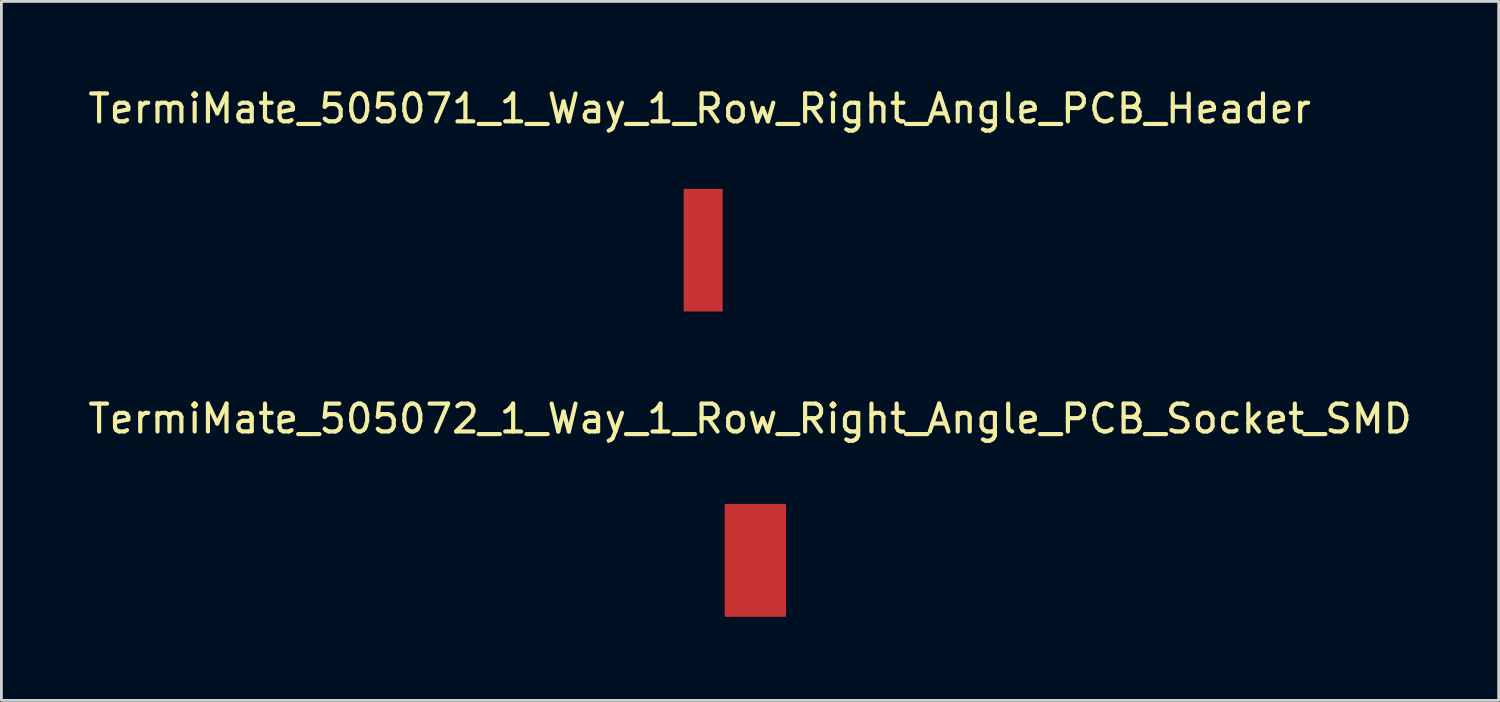
<source format=kicad_pcb>
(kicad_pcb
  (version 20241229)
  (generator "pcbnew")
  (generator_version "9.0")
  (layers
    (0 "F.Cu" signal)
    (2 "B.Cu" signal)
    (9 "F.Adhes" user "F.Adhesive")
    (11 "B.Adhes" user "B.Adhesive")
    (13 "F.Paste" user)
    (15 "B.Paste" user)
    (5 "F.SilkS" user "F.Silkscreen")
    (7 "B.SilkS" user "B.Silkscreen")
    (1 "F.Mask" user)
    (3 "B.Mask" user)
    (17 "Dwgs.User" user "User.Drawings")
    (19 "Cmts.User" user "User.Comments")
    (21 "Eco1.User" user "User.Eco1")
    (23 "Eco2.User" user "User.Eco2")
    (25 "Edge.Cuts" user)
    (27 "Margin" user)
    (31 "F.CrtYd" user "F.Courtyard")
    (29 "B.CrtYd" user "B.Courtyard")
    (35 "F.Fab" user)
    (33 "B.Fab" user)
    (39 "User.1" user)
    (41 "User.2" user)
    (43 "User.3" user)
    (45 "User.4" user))
  (footprint "TermiMate_505072_1_Way_1_Row_Right_Angle_PCB_Socket_SMD"
    (layer "F.Cu")
    (at 24.054 17.056)
    (property "Reference" "TermiMate_505072_1_Way_1_Row_Right_Angle_PCB_Socket_SMD" (at -0.191 -5.08 0) (layer "F.SilkS") (effects (font (size 1 1) (thickness 0.15))))
    (attr through_hole)
    (pad "1" smd rect (at 0 0 90) (size 4.05 2.2) (layers "F.Cu" "F.Mask" "F.Paste")))
  (footprint "TermiMate_505071_1_Way_1_Row_Right_Angle_PCB_Header"
    (layer "F.Cu")
    (at 22.181 5.928)
    (property "Reference" "TermiMate_505071_1_Way_1_Row_Right_Angle_PCB_Header" (at -0.127 -5.08 0) (layer "F.SilkS") (effects (font (size 1 1) (thickness 0.15))))
    (attr through_hole)
    (pad "1" smd rect (at 0 0 90) (size 4.4 1.4) (layers "F.Cu" "F.Mask" "F.Paste")))
  (gr_rect
    (start -3 -3)
    (end 50.726 22.081)
    (stroke (width 0.1) (type default))
    (fill no)
    (layer "Edge.Cuts")))
</source>
